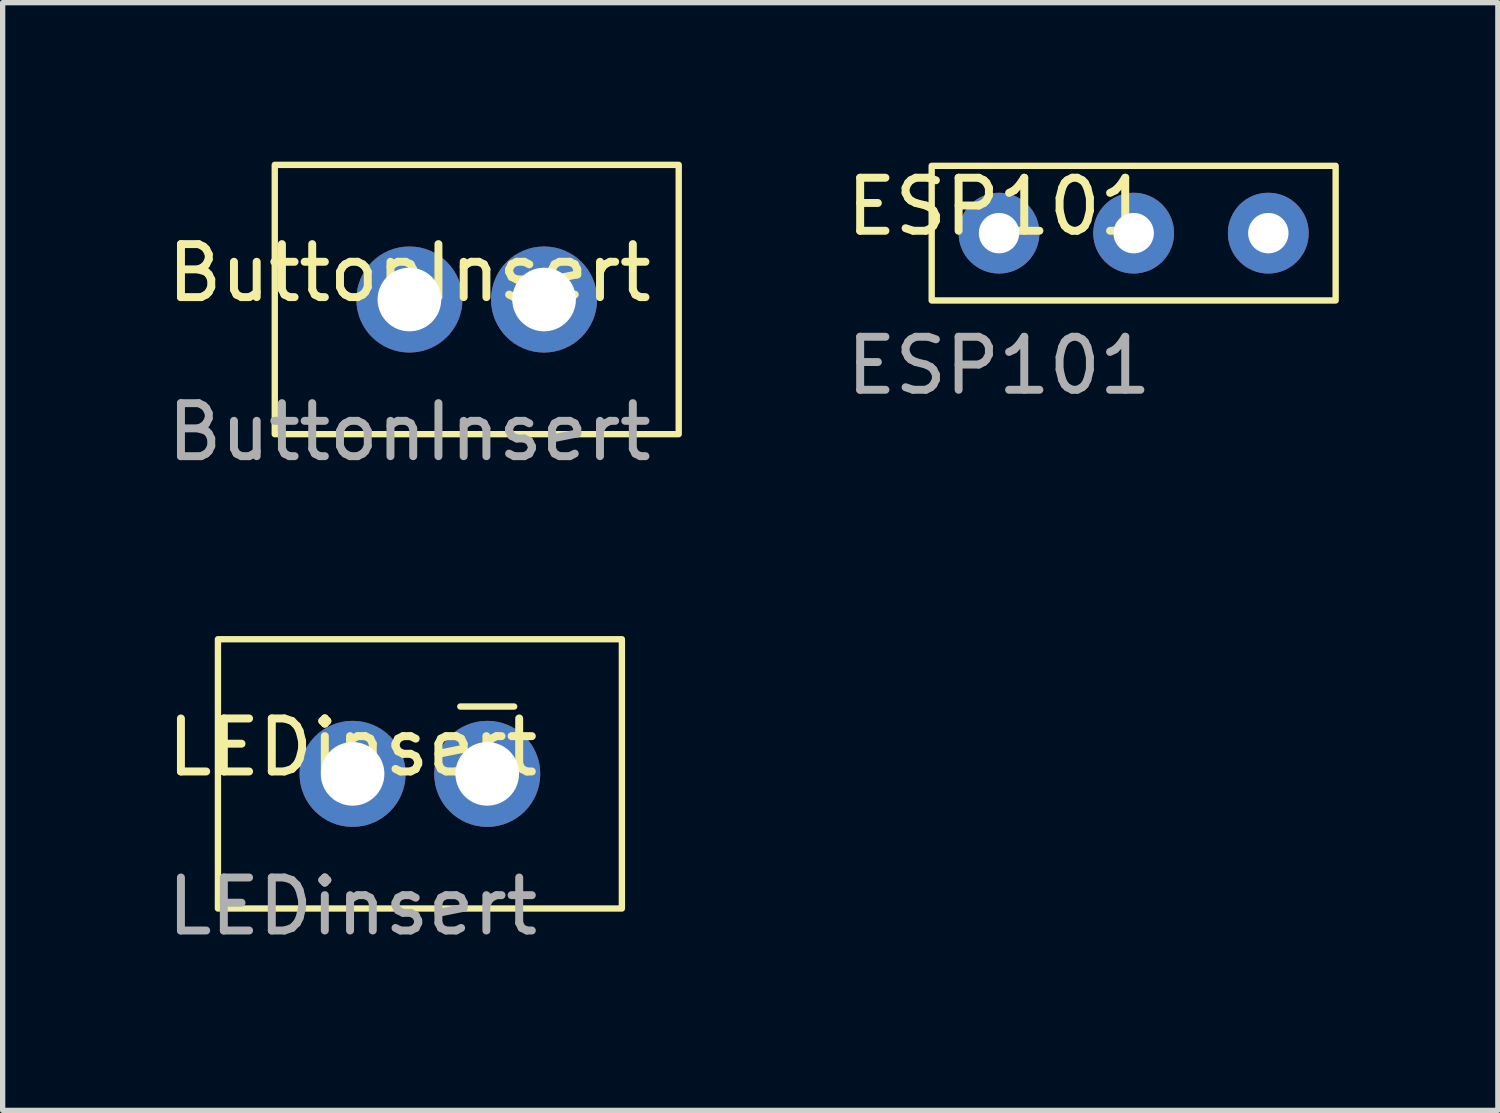
<source format=kicad_pcb>
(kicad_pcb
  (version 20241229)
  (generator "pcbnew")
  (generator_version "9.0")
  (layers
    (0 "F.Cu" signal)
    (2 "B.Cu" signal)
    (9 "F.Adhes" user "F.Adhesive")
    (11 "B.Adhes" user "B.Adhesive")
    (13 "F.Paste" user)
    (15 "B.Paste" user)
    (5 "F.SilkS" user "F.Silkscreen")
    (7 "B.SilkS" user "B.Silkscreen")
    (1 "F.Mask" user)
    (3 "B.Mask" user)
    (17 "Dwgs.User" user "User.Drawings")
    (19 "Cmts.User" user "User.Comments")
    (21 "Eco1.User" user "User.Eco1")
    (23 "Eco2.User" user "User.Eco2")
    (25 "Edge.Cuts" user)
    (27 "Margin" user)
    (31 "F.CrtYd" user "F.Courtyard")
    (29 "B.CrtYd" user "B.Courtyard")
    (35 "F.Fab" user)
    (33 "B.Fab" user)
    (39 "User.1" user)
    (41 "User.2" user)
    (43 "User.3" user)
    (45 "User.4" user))
  (footprint "ButtonInsert"
    (layer "F.Cu")
    (at 4.673 2.6)
    (property "Reference" "ButtonInsert" (at 0 -0.5 0) (unlocked yes) (layer "F.SilkS") (effects (font (size 1 1) (thickness 0.15))))
    (attr through_hole)
    (fp_rect (start -2.54 -2.54) (end 5.08 2.54) (stroke (width 0.12) (type default)) (fill no) (layer "F.SilkS"))
    (fp_text user "${REFERENCE}" (at 0 2.5 0) (unlocked yes) (layer "F.Fab") (effects (font (size 1 1) (thickness 0.15))))
    (pad "1" thru_hole circle (at 2.54 0) (size 2 2) (drill 1.2) (layers "*.Cu" "*.Mask"))
    (pad "2" thru_hole circle (at 0 0) (size 2 2) (drill 1.2) (layers "*.Cu" "*.Mask")))
  (footprint "ESP101"
    (layer "F.Cu")
    (at 15.795 1.348)
    (property "Reference" "ESP101" (at 0 -0.5 0) (unlocked yes) (layer "F.SilkS") (effects (font (size 1 1) (thickness 0.15))))
    (attr through_hole)
    (fp_rect (start -1.27 -1.27) (end 6.35 1.27) (stroke (width 0.12) (type default)) (fill no) (layer "F.SilkS"))
    (fp_text user "${REFERENCE}" (at 0 2.5 0) (unlocked yes) (layer "F.Fab") (effects (font (size 1 1) (thickness 0.15))))
    (pad "1" thru_hole circle (at 0 0) (size 1.524 1.524) (drill 0.762) (layers "*.Cu" "*.Mask"))
    (pad "2" thru_hole circle (at 2.54 0) (size 1.524 1.524) (drill 0.762) (layers "*.Cu" "*.Mask"))
    (pad "3" thru_hole circle (at 5.08 0) (size 1.524 1.524) (drill 0.762) (layers "*.Cu" "*.Mask")))
  (footprint "LEDinsert"
    (layer "F.Cu")
    (at 3.601 11.548)
    (property "Reference" "LEDinsert" (at 0 -0.5 0) (unlocked yes) (layer "F.SilkS") (effects (font (size 1 1) (thickness 0.15))))
    (attr through_hole)
    (fp_line (start 2.032 -1.27) (end 3.048 -1.27) (stroke (width 0.12) (type default)) (layer "F.SilkS"))
    (fp_rect (start -2.54 -2.54) (end 5.08 2.54) (stroke (width 0.12) (type default)) (fill no) (layer "F.SilkS"))
    (fp_text user "${REFERENCE}" (at 0 2.5 0) (unlocked yes) (layer "F.Fab") (effects (font (size 1 1) (thickness 0.15))))
    (pad "1" thru_hole circle (at 2.54 0) (size 2 2) (drill 1.2) (layers "*.Cu" "*.Mask"))
    (pad "2" thru_hole circle (at 0 0) (size 2 2) (drill 1.2) (layers "*.Cu" "*.Mask")))
  (gr_rect
    (start -3 -3)
    (end 25.205 17.896)
    (stroke (width 0.1) (type default))
    (fill no)
    (layer "Edge.Cuts")))
</source>
